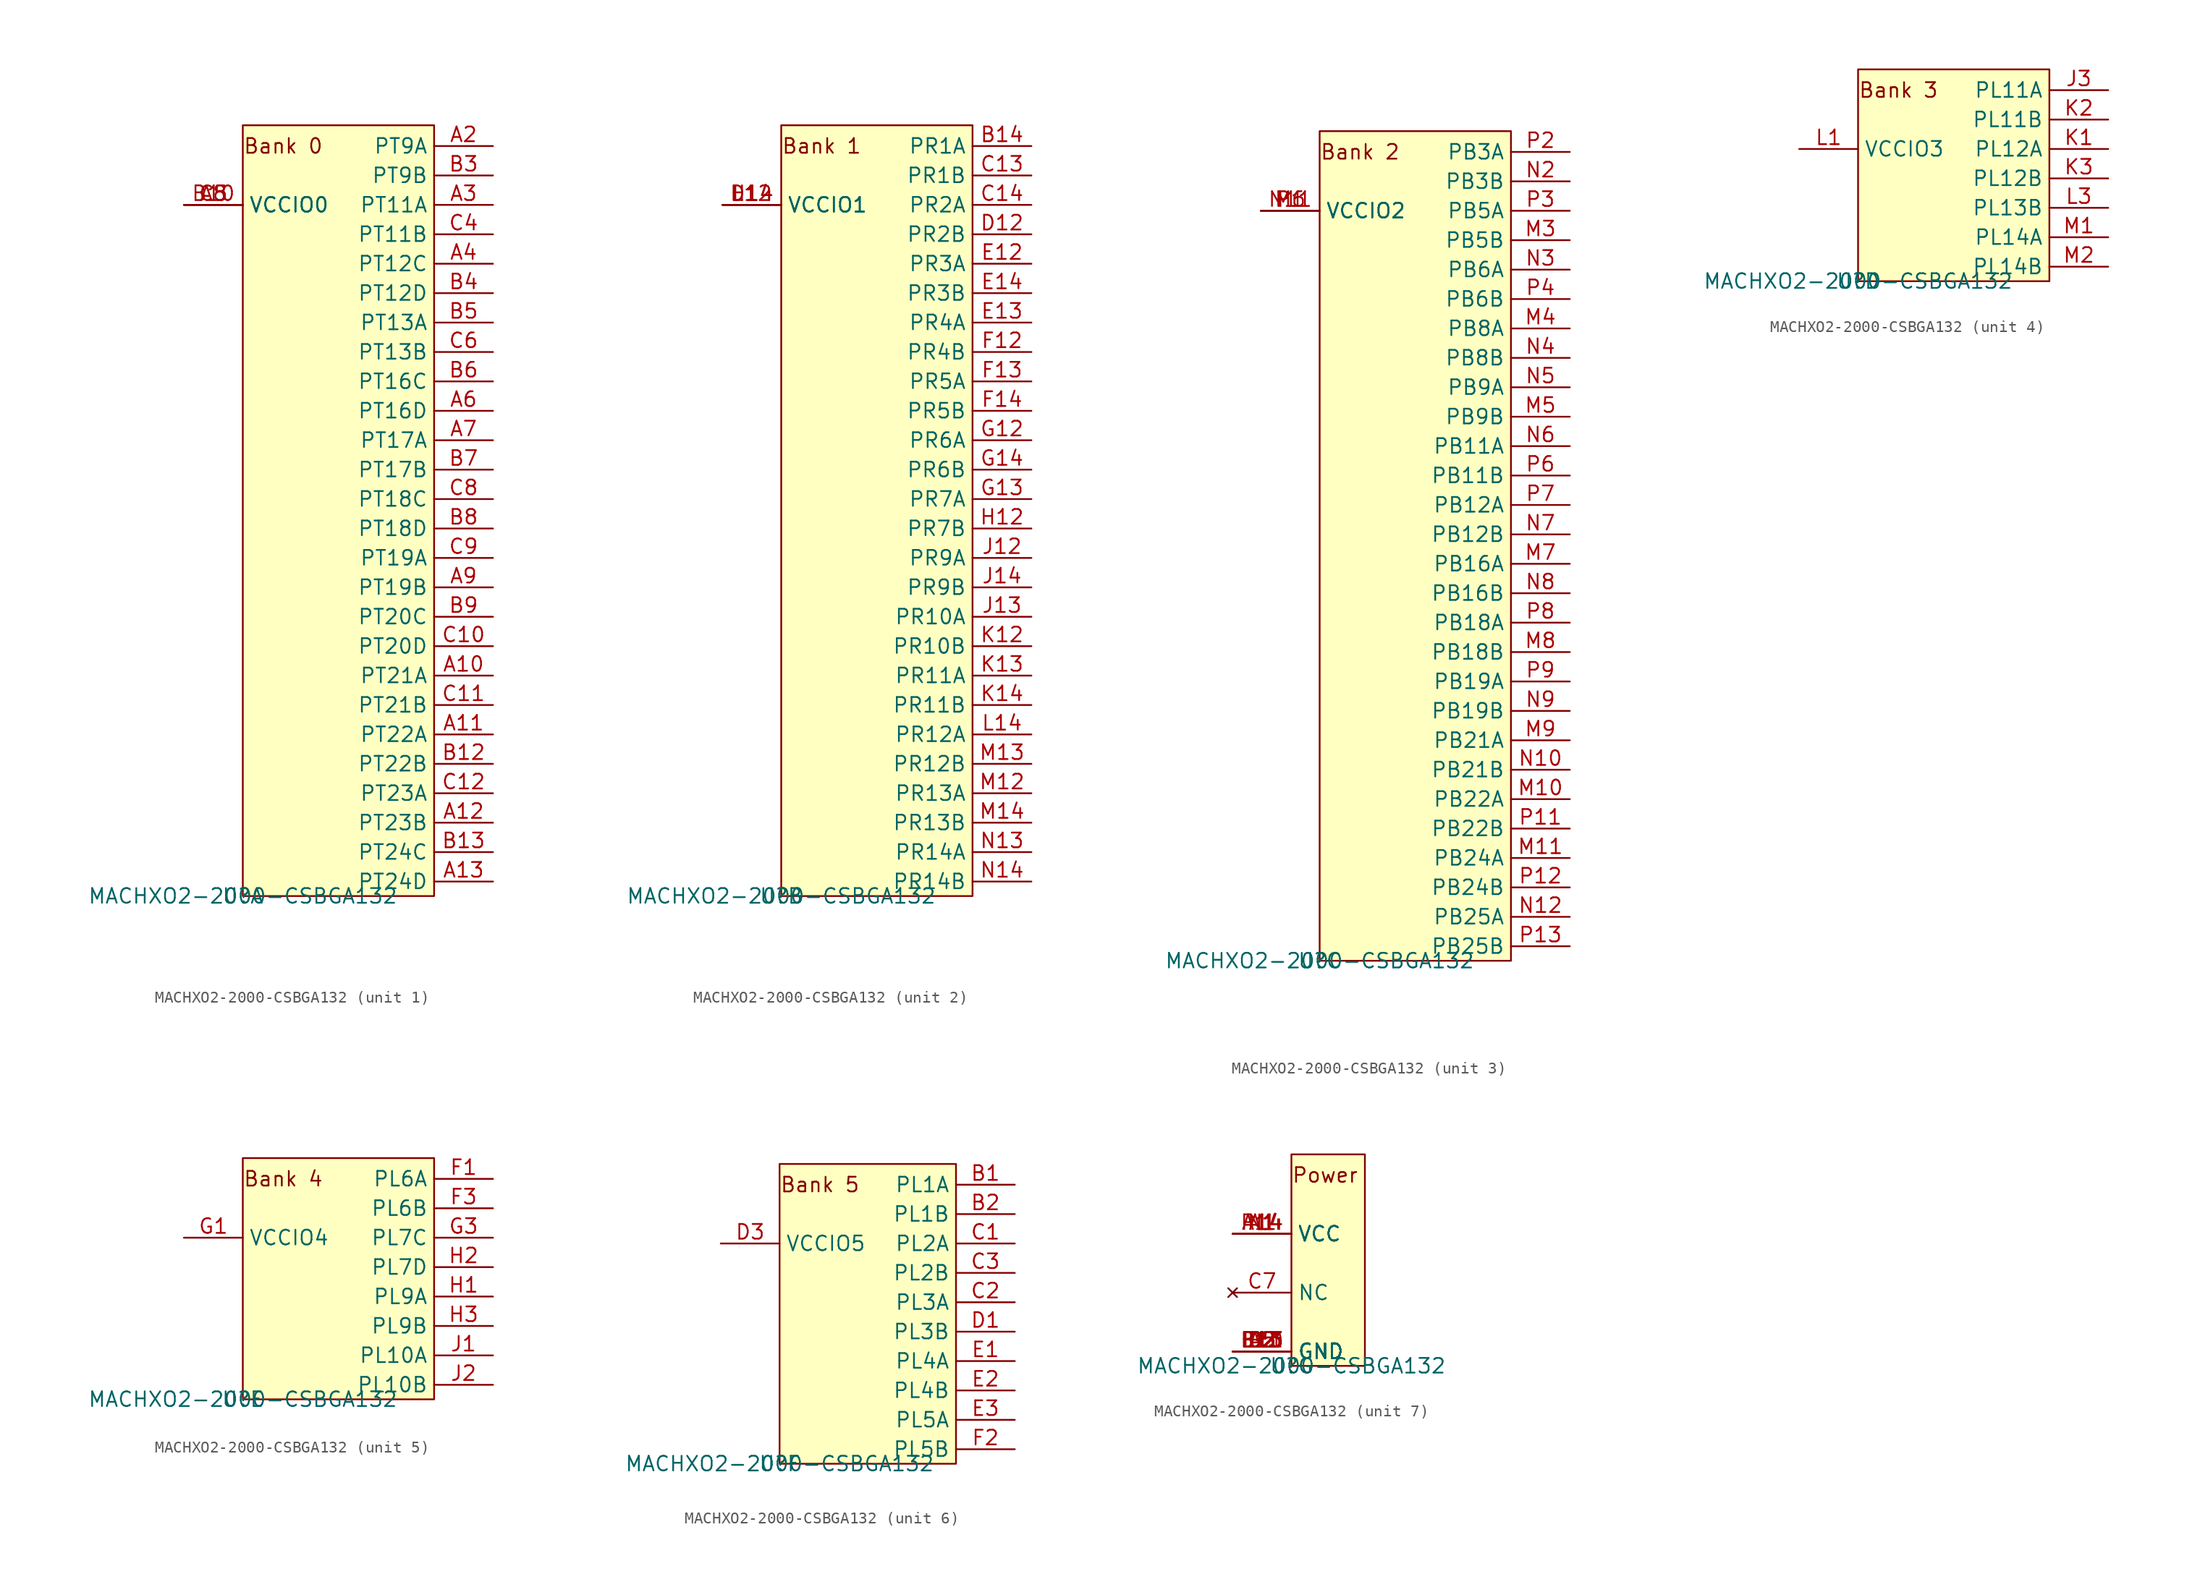
<source format=kicad_sym>
(kicad_symbol_lib
  (version 20211014)
  (generator kicad_symbol_editor)
  (symbol "MACHXO2-2000-CSBGA132"
    (property "Reference" "U"
      (at 0 0 0)
      (effects (font (size 1.27 1.27))))
    (property "Value" "MACHXO2-2000-CSBGA132"
      (at 0 0 0)
      (effects (font (size 1.27 1.27))))
    (property "ki_locked" ""
      (at 0 0 0)
      (effects (font (size 1.27 1.27))))
    (symbol "MACHXO2-2000-CSBGA132_1_0"
      (pin power_in line (at -5.08 59.674 0) (length 5.08) (name "VCCIO0" (effects (font (size 1.27 1.27)))) (number "B10" (effects (font (size 1.27 1.27)))))
      (pin power_in line (at -5.08 59.674 0) (length 5.08) (name "VCCIO0" (effects (font (size 1.27 1.27)))) (number "A8" (effects (font (size 1.27 1.27)))))
      (pin power_in line (at -5.08 59.674 0) (length 5.08) (name "VCCIO0" (effects (font (size 1.27 1.27)))) (number "C5" (effects (font (size 1.27 1.27)))))
      (pin bidirectional line (at 21.59 64.754 180) (length 5.08) (name "PT9A" (effects (font (size 1.27 1.27)))) (number "A2" (effects (font (size 1.27 1.27)))))
      (pin bidirectional line (at 21.59 62.214 180) (length 5.08) (name "PT9B" (effects (font (size 1.27 1.27)))) (number "B3" (effects (font (size 1.27 1.27)))))
      (pin bidirectional line (at 21.59 59.674 180) (length 5.08) (name "PT11A" (effects (font (size 1.27 1.27)))) (number "A3" (effects (font (size 1.27 1.27)))))
      (pin bidirectional line (at 21.59 57.134 180) (length 5.08) (name "PT11B" (effects (font (size 1.27 1.27)))) (number "C4" (effects (font (size 1.27 1.27)))))
      (pin bidirectional line (at 21.59 54.594 180) (length 5.08) (name "PT12C" (effects (font (size 1.27 1.27)))) (number "A4" (effects (font (size 1.27 1.27)))))
      (pin bidirectional line (at 21.59 52.054 180) (length 5.08) (name "PT12D" (effects (font (size 1.27 1.27)))) (number "B4" (effects (font (size 1.27 1.27)))))
      (pin bidirectional line (at 21.59 49.514 180) (length 5.08) (name "PT13A" (effects (font (size 1.27 1.27)))) (number "B5" (effects (font (size 1.27 1.27)))))
      (pin bidirectional line (at 21.59 46.974 180) (length 5.08) (name "PT13B" (effects (font (size 1.27 1.27)))) (number "C6" (effects (font (size 1.27 1.27)))))
      (pin bidirectional line (at 21.59 44.434 180) (length 5.08) (name "PT16C" (effects (font (size 1.27 1.27)))) (number "B6" (effects (font (size 1.27 1.27)))))
      (pin bidirectional line (at 21.59 41.894 180) (length 5.08) (name "PT16D" (effects (font (size 1.27 1.27)))) (number "A6" (effects (font (size 1.27 1.27)))))
      (pin bidirectional line (at 21.59 39.354 180) (length 5.08) (name "PT17A" (effects (font (size 1.27 1.27)))) (number "A7" (effects (font (size 1.27 1.27)))))
      (pin bidirectional line (at 21.59 36.814 180) (length 5.08) (name "PT17B" (effects (font (size 1.27 1.27)))) (number "B7" (effects (font (size 1.27 1.27)))))
      (pin bidirectional line (at 21.59 34.274 180) (length 5.08) (name "PT18C" (effects (font (size 1.27 1.27)))) (number "C8" (effects (font (size 1.27 1.27)))))
      (pin bidirectional line (at 21.59 31.734 180) (length 5.08) (name "PT18D" (effects (font (size 1.27 1.27)))) (number "B8" (effects (font (size 1.27 1.27)))))
      (pin bidirectional line (at 21.59 29.194 180) (length 5.08) (name "PT19A" (effects (font (size 1.27 1.27)))) (number "C9" (effects (font (size 1.27 1.27)))))
      (pin bidirectional line (at 21.59 26.654 180) (length 5.08) (name "PT19B" (effects (font (size 1.27 1.27)))) (number "A9" (effects (font (size 1.27 1.27)))))
      (pin bidirectional line (at 21.59 24.114 180) (length 5.08) (name "PT20C" (effects (font (size 1.27 1.27)))) (number "B9" (effects (font (size 1.27 1.27)))))
      (pin bidirectional line (at 21.59 21.574 180) (length 5.08) (name "PT20D" (effects (font (size 1.27 1.27)))) (number "C10" (effects (font (size 1.27 1.27)))))
      (pin bidirectional line (at 21.59 19.034 180) (length 5.08) (name "PT21A" (effects (font (size 1.27 1.27)))) (number "A10" (effects (font (size 1.27 1.27)))))
      (pin bidirectional line (at 21.59 16.494 180) (length 5.08) (name "PT21B" (effects (font (size 1.27 1.27)))) (number "C11" (effects (font (size 1.27 1.27)))))
      (pin bidirectional line (at 21.59 13.954 180) (length 5.08) (name "PT22A" (effects (font (size 1.27 1.27)))) (number "A11" (effects (font (size 1.27 1.27)))))
      (pin bidirectional line (at 21.59 11.414 180) (length 5.08) (name "PT22B" (effects (font (size 1.27 1.27)))) (number "B12" (effects (font (size 1.27 1.27)))))
      (pin bidirectional line (at 21.59 8.874 180) (length 5.08) (name "PT23A" (effects (font (size 1.27 1.27)))) (number "C12" (effects (font (size 1.27 1.27)))))
      (pin bidirectional line (at 21.59 6.334 180) (length 5.08) (name "PT23B" (effects (font (size 1.27 1.27)))) (number "A12" (effects (font (size 1.27 1.27)))))
      (pin bidirectional line (at 21.59 3.794 180) (length 5.08) (name "PT24C" (effects (font (size 1.27 1.27)))) (number "B13" (effects (font (size 1.27 1.27)))))
      (pin bidirectional line (at 21.59 1.254 180) (length 5.08) (name "PT24D" (effects (font (size 1.27 1.27)))) (number "A13" (effects (font (size 1.27 1.27))))))
    (symbol "MACHXO2-2000-CSBGA132_1_1"
      (rectangle (start 0 0) (end 16.51 66.548) (stroke (width 0) (type default) (color 0 0 0 0)) (fill (type background)))
      (text "Bank 0" (at 0 64.754 0) (effects (font (size 1.27 1.27)) (justify left))))
    (symbol "MACHXO2-2000-CSBGA132_2_0"
      (pin power_in line (at -5.08 59.674 0) (length 5.08) (name "VCCIO1" (effects (font (size 1.27 1.27)))) (number "L12" (effects (font (size 1.27 1.27)))))
      (pin power_in line (at -5.08 59.674 0) (length 5.08) (name "VCCIO1" (effects (font (size 1.27 1.27)))) (number "H14" (effects (font (size 1.27 1.27)))))
      (pin power_in line (at -5.08 59.674 0) (length 5.08) (name "VCCIO1" (effects (font (size 1.27 1.27)))) (number "D14" (effects (font (size 1.27 1.27)))))
      (pin bidirectional line (at 21.59 64.754 180) (length 5.08) (name "PR1A" (effects (font (size 1.27 1.27)))) (number "B14" (effects (font (size 1.27 1.27)))))
      (pin bidirectional line (at 21.59 62.214 180) (length 5.08) (name "PR1B" (effects (font (size 1.27 1.27)))) (number "C13" (effects (font (size 1.27 1.27)))))
      (pin bidirectional line (at 21.59 59.674 180) (length 5.08) (name "PR2A" (effects (font (size 1.27 1.27)))) (number "C14" (effects (font (size 1.27 1.27)))))
      (pin bidirectional line (at 21.59 57.134 180) (length 5.08) (name "PR2B" (effects (font (size 1.27 1.27)))) (number "D12" (effects (font (size 1.27 1.27)))))
      (pin bidirectional line (at 21.59 54.594 180) (length 5.08) (name "PR3A" (effects (font (size 1.27 1.27)))) (number "E12" (effects (font (size 1.27 1.27)))))
      (pin bidirectional line (at 21.59 52.054 180) (length 5.08) (name "PR3B" (effects (font (size 1.27 1.27)))) (number "E14" (effects (font (size 1.27 1.27)))))
      (pin bidirectional line (at 21.59 49.514 180) (length 5.08) (name "PR4A" (effects (font (size 1.27 1.27)))) (number "E13" (effects (font (size 1.27 1.27)))))
      (pin bidirectional line (at 21.59 46.974 180) (length 5.08) (name "PR4B" (effects (font (size 1.27 1.27)))) (number "F12" (effects (font (size 1.27 1.27)))))
      (pin bidirectional line (at 21.59 44.434 180) (length 5.08) (name "PR5A" (effects (font (size 1.27 1.27)))) (number "F13" (effects (font (size 1.27 1.27)))))
      (pin bidirectional line (at 21.59 41.894 180) (length 5.08) (name "PR5B" (effects (font (size 1.27 1.27)))) (number "F14" (effects (font (size 1.27 1.27)))))
      (pin bidirectional line (at 21.59 39.354 180) (length 5.08) (name "PR6A" (effects (font (size 1.27 1.27)))) (number "G12" (effects (font (size 1.27 1.27)))))
      (pin bidirectional line (at 21.59 36.814 180) (length 5.08) (name "PR6B" (effects (font (size 1.27 1.27)))) (number "G14" (effects (font (size 1.27 1.27)))))
      (pin bidirectional line (at 21.59 34.274 180) (length 5.08) (name "PR7A" (effects (font (size 1.27 1.27)))) (number "G13" (effects (font (size 1.27 1.27)))))
      (pin bidirectional line (at 21.59 31.734 180) (length 5.08) (name "PR7B" (effects (font (size 1.27 1.27)))) (number "H12" (effects (font (size 1.27 1.27)))))
      (pin bidirectional line (at 21.59 29.194 180) (length 5.08) (name "PR9A" (effects (font (size 1.27 1.27)))) (number "J12" (effects (font (size 1.27 1.27)))))
      (pin bidirectional line (at 21.59 26.654 180) (length 5.08) (name "PR9B" (effects (font (size 1.27 1.27)))) (number "J14" (effects (font (size 1.27 1.27)))))
      (pin bidirectional line (at 21.59 24.114 180) (length 5.08) (name "PR10A" (effects (font (size 1.27 1.27)))) (number "J13" (effects (font (size 1.27 1.27)))))
      (pin bidirectional line (at 21.59 21.574 180) (length 5.08) (name "PR10B" (effects (font (size 1.27 1.27)))) (number "K12" (effects (font (size 1.27 1.27)))))
      (pin bidirectional line (at 21.59 19.034 180) (length 5.08) (name "PR11A" (effects (font (size 1.27 1.27)))) (number "K13" (effects (font (size 1.27 1.27)))))
      (pin bidirectional line (at 21.59 16.494 180) (length 5.08) (name "PR11B" (effects (font (size 1.27 1.27)))) (number "K14" (effects (font (size 1.27 1.27)))))
      (pin bidirectional line (at 21.59 13.954 180) (length 5.08) (name "PR12A" (effects (font (size 1.27 1.27)))) (number "L14" (effects (font (size 1.27 1.27)))))
      (pin bidirectional line (at 21.59 11.414 180) (length 5.08) (name "PR12B" (effects (font (size 1.27 1.27)))) (number "M13" (effects (font (size 1.27 1.27)))))
      (pin bidirectional line (at 21.59 8.874 180) (length 5.08) (name "PR13A" (effects (font (size 1.27 1.27)))) (number "M12" (effects (font (size 1.27 1.27)))))
      (pin bidirectional line (at 21.59 6.334 180) (length 5.08) (name "PR13B" (effects (font (size 1.27 1.27)))) (number "M14" (effects (font (size 1.27 1.27)))))
      (pin bidirectional line (at 21.59 3.794 180) (length 5.08) (name "PR14A" (effects (font (size 1.27 1.27)))) (number "N13" (effects (font (size 1.27 1.27)))))
      (pin bidirectional line (at 21.59 1.254 180) (length 5.08) (name "PR14B" (effects (font (size 1.27 1.27)))) (number "N14" (effects (font (size 1.27 1.27))))))
    (symbol "MACHXO2-2000-CSBGA132_2_1"
      (rectangle (start 0 0) (end 16.51 66.548) (stroke (width 0) (type default) (color 0 0 0 0)) (fill (type background)))
      (text "Bank 1" (at 0 64.754 0) (effects (font (size 1.27 1.27)) (justify left))))
    (symbol "MACHXO2-2000-CSBGA132_3_0"
      (pin power_in line (at -5.08 64.754 0) (length 5.08) (name "VCCIO2" (effects (font (size 1.27 1.27)))) (number "P1" (effects (font (size 1.27 1.27)))))
      (pin power_in line (at -5.08 64.754 0) (length 5.08) (name "VCCIO2" (effects (font (size 1.27 1.27)))) (number "M6" (effects (font (size 1.27 1.27)))))
      (pin power_in line (at -5.08 64.754 0) (length 5.08) (name "VCCIO2" (effects (font (size 1.27 1.27)))) (number "N11" (effects (font (size 1.27 1.27)))))
      (pin bidirectional line (at 21.59 69.834 180) (length 5.08) (name "PB3A" (effects (font (size 1.27 1.27)))) (number "P2" (effects (font (size 1.27 1.27)))))
      (pin bidirectional line (at 21.59 67.294 180) (length 5.08) (name "PB3B" (effects (font (size 1.27 1.27)))) (number "N2" (effects (font (size 1.27 1.27)))))
      (pin bidirectional line (at 21.59 64.754 180) (length 5.08) (name "PB5A" (effects (font (size 1.27 1.27)))) (number "P3" (effects (font (size 1.27 1.27)))))
      (pin bidirectional line (at 21.59 62.214 180) (length 5.08) (name "PB5B" (effects (font (size 1.27 1.27)))) (number "M3" (effects (font (size 1.27 1.27)))))
      (pin bidirectional line (at 21.59 59.674 180) (length 5.08) (name "PB6A" (effects (font (size 1.27 1.27)))) (number "N3" (effects (font (size 1.27 1.27)))))
      (pin bidirectional line (at 21.59 57.134 180) (length 5.08) (name "PB6B" (effects (font (size 1.27 1.27)))) (number "P4" (effects (font (size 1.27 1.27)))))
      (pin bidirectional line (at 21.59 54.594 180) (length 5.08) (name "PB8A" (effects (font (size 1.27 1.27)))) (number "M4" (effects (font (size 1.27 1.27)))))
      (pin bidirectional line (at 21.59 52.054 180) (length 5.08) (name "PB8B" (effects (font (size 1.27 1.27)))) (number "N4" (effects (font (size 1.27 1.27)))))
      (pin bidirectional line (at 21.59 49.514 180) (length 5.08) (name "PB9A" (effects (font (size 1.27 1.27)))) (number "N5" (effects (font (size 1.27 1.27)))))
      (pin bidirectional line (at 21.59 46.974 180) (length 5.08) (name "PB9B" (effects (font (size 1.27 1.27)))) (number "M5" (effects (font (size 1.27 1.27)))))
      (pin bidirectional line (at 21.59 44.434 180) (length 5.08) (name "PB11A" (effects (font (size 1.27 1.27)))) (number "N6" (effects (font (size 1.27 1.27)))))
      (pin bidirectional line (at 21.59 41.894 180) (length 5.08) (name "PB11B" (effects (font (size 1.27 1.27)))) (number "P6" (effects (font (size 1.27 1.27)))))
      (pin bidirectional line (at 21.59 39.354 180) (length 5.08) (name "PB12A" (effects (font (size 1.27 1.27)))) (number "P7" (effects (font (size 1.27 1.27)))))
      (pin bidirectional line (at 21.59 36.814 180) (length 5.08) (name "PB12B" (effects (font (size 1.27 1.27)))) (number "N7" (effects (font (size 1.27 1.27)))))
      (pin bidirectional line (at 21.59 34.274 180) (length 5.08) (name "PB16A" (effects (font (size 1.27 1.27)))) (number "M7" (effects (font (size 1.27 1.27)))))
      (pin bidirectional line (at 21.59 31.734 180) (length 5.08) (name "PB16B" (effects (font (size 1.27 1.27)))) (number "N8" (effects (font (size 1.27 1.27)))))
      (pin bidirectional line (at 21.59 29.194 180) (length 5.08) (name "PB18A" (effects (font (size 1.27 1.27)))) (number "P8" (effects (font (size 1.27 1.27)))))
      (pin bidirectional line (at 21.59 26.654 180) (length 5.08) (name "PB18B" (effects (font (size 1.27 1.27)))) (number "M8" (effects (font (size 1.27 1.27)))))
      (pin bidirectional line (at 21.59 24.114 180) (length 5.08) (name "PB19A" (effects (font (size 1.27 1.27)))) (number "P9" (effects (font (size 1.27 1.27)))))
      (pin bidirectional line (at 21.59 21.574 180) (length 5.08) (name "PB19B" (effects (font (size 1.27 1.27)))) (number "N9" (effects (font (size 1.27 1.27)))))
      (pin bidirectional line (at 21.59 19.034 180) (length 5.08) (name "PB21A" (effects (font (size 1.27 1.27)))) (number "M9" (effects (font (size 1.27 1.27)))))
      (pin bidirectional line (at 21.59 16.494 180) (length 5.08) (name "PB21B" (effects (font (size 1.27 1.27)))) (number "N10" (effects (font (size 1.27 1.27)))))
      (pin bidirectional line (at 21.59 13.954 180) (length 5.08) (name "PB22A" (effects (font (size 1.27 1.27)))) (number "M10" (effects (font (size 1.27 1.27)))))
      (pin bidirectional line (at 21.59 11.414 180) (length 5.08) (name "PB22B" (effects (font (size 1.27 1.27)))) (number "P11" (effects (font (size 1.27 1.27)))))
      (pin bidirectional line (at 21.59 8.874 180) (length 5.08) (name "PB24A" (effects (font (size 1.27 1.27)))) (number "M11" (effects (font (size 1.27 1.27)))))
      (pin bidirectional line (at 21.59 6.334 180) (length 5.08) (name "PB24B" (effects (font (size 1.27 1.27)))) (number "P12" (effects (font (size 1.27 1.27)))))
      (pin bidirectional line (at 21.59 3.794 180) (length 5.08) (name "PB25A" (effects (font (size 1.27 1.27)))) (number "N12" (effects (font (size 1.27 1.27)))))
      (pin bidirectional line (at 21.59 1.254 180) (length 5.08) (name "PB25B" (effects (font (size 1.27 1.27)))) (number "P13" (effects (font (size 1.27 1.27))))))
    (symbol "MACHXO2-2000-CSBGA132_3_1"
      (rectangle (start 0 0) (end 16.51 71.628) (stroke (width 0) (type default) (color 0 0 0 0)) (fill (type background)))
      (text "Bank 2" (at 0 69.834 0) (effects (font (size 1.27 1.27)) (justify left))))
    (symbol "MACHXO2-2000-CSBGA132_4_0"
      (pin power_in line (at -5.08 11.414 0) (length 5.08) (name "VCCIO3" (effects (font (size 1.27 1.27)))) (number "L1" (effects (font (size 1.27 1.27)))))
      (pin bidirectional line (at 21.59 16.494 180) (length 5.08) (name "PL11A" (effects (font (size 1.27 1.27)))) (number "J3" (effects (font (size 1.27 1.27)))))
      (pin bidirectional line (at 21.59 13.954 180) (length 5.08) (name "PL11B" (effects (font (size 1.27 1.27)))) (number "K2" (effects (font (size 1.27 1.27)))))
      (pin bidirectional line (at 21.59 11.414 180) (length 5.08) (name "PL12A" (effects (font (size 1.27 1.27)))) (number "K1" (effects (font (size 1.27 1.27)))))
      (pin bidirectional line (at 21.59 8.874 180) (length 5.08) (name "PL12B" (effects (font (size 1.27 1.27)))) (number "K3" (effects (font (size 1.27 1.27)))))
      (pin bidirectional line (at 21.59 6.334 180) (length 5.08) (name "PL13B" (effects (font (size 1.27 1.27)))) (number "L3" (effects (font (size 1.27 1.27)))))
      (pin bidirectional line (at 21.59 3.794 180) (length 5.08) (name "PL14A" (effects (font (size 1.27 1.27)))) (number "M1" (effects (font (size 1.27 1.27)))))
      (pin bidirectional line (at 21.59 1.254 180) (length 5.08) (name "PL14B" (effects (font (size 1.27 1.27)))) (number "M2" (effects (font (size 1.27 1.27))))))
    (symbol "MACHXO2-2000-CSBGA132_4_1"
      (rectangle (start 0 0) (end 16.51 18.288) (stroke (width 0) (type default) (color 0 0 0 0)) (fill (type background)))
      (text "Bank 3" (at 0 16.494 0) (effects (font (size 1.27 1.27)) (justify left))))
    (symbol "MACHXO2-2000-CSBGA132_5_0"
      (pin power_in line (at -5.08 13.954 0) (length 5.08) (name "VCCIO4" (effects (font (size 1.27 1.27)))) (number "G1" (effects (font (size 1.27 1.27)))))
      (pin bidirectional line (at 21.59 19.034 180) (length 5.08) (name "PL6A" (effects (font (size 1.27 1.27)))) (number "F1" (effects (font (size 1.27 1.27)))))
      (pin bidirectional line (at 21.59 16.494 180) (length 5.08) (name "PL6B" (effects (font (size 1.27 1.27)))) (number "F3" (effects (font (size 1.27 1.27)))))
      (pin bidirectional line (at 21.59 13.954 180) (length 5.08) (name "PL7C" (effects (font (size 1.27 1.27)))) (number "G3" (effects (font (size 1.27 1.27)))))
      (pin bidirectional line (at 21.59 11.414 180) (length 5.08) (name "PL7D" (effects (font (size 1.27 1.27)))) (number "H2" (effects (font (size 1.27 1.27)))))
      (pin bidirectional line (at 21.59 8.874 180) (length 5.08) (name "PL9A" (effects (font (size 1.27 1.27)))) (number "H1" (effects (font (size 1.27 1.27)))))
      (pin bidirectional line (at 21.59 6.334 180) (length 5.08) (name "PL9B" (effects (font (size 1.27 1.27)))) (number "H3" (effects (font (size 1.27 1.27)))))
      (pin bidirectional line (at 21.59 3.794 180) (length 5.08) (name "PL10A" (effects (font (size 1.27 1.27)))) (number "J1" (effects (font (size 1.27 1.27)))))
      (pin bidirectional line (at 21.59 1.254 180) (length 5.08) (name "PL10B" (effects (font (size 1.27 1.27)))) (number "J2" (effects (font (size 1.27 1.27))))))
    (symbol "MACHXO2-2000-CSBGA132_5_1"
      (rectangle (start 0 0) (end 16.51 20.828) (stroke (width 0) (type default) (color 0 0 0 0)) (fill (type background)))
      (text "Bank 4" (at 0 19.034 0) (effects (font (size 1.27 1.27)) (justify left))))
    (symbol "MACHXO2-2000-CSBGA132_6_0"
      (pin power_in line (at -5.08 19.034 0) (length 5.08) (name "VCCIO5" (effects (font (size 1.27 1.27)))) (number "D3" (effects (font (size 1.27 1.27)))))
      (pin bidirectional line (at 20.32 24.114 180) (length 5.08) (name "PL1A" (effects (font (size 1.27 1.27)))) (number "B1" (effects (font (size 1.27 1.27)))))
      (pin bidirectional line (at 20.32 21.574 180) (length 5.08) (name "PL1B" (effects (font (size 1.27 1.27)))) (number "B2" (effects (font (size 1.27 1.27)))))
      (pin bidirectional line (at 20.32 19.034 180) (length 5.08) (name "PL2A" (effects (font (size 1.27 1.27)))) (number "C1" (effects (font (size 1.27 1.27)))))
      (pin bidirectional line (at 20.32 16.494 180) (length 5.08) (name "PL2B" (effects (font (size 1.27 1.27)))) (number "C3" (effects (font (size 1.27 1.27)))))
      (pin bidirectional line (at 20.32 13.954 180) (length 5.08) (name "PL3A" (effects (font (size 1.27 1.27)))) (number "C2" (effects (font (size 1.27 1.27)))))
      (pin bidirectional line (at 20.32 11.414 180) (length 5.08) (name "PL3B" (effects (font (size 1.27 1.27)))) (number "D1" (effects (font (size 1.27 1.27)))))
      (pin bidirectional line (at 20.32 8.874 180) (length 5.08) (name "PL4A" (effects (font (size 1.27 1.27)))) (number "E1" (effects (font (size 1.27 1.27)))))
      (pin bidirectional line (at 20.32 6.334 180) (length 5.08) (name "PL4B" (effects (font (size 1.27 1.27)))) (number "E2" (effects (font (size 1.27 1.27)))))
      (pin bidirectional line (at 20.32 3.794 180) (length 5.08) (name "PL5A" (effects (font (size 1.27 1.27)))) (number "E3" (effects (font (size 1.27 1.27)))))
      (pin bidirectional line (at 20.32 1.254 180) (length 5.08) (name "PL5B" (effects (font (size 1.27 1.27)))) (number "F2" (effects (font (size 1.27 1.27))))))
    (symbol "MACHXO2-2000-CSBGA132_6_1"
      (rectangle (start 0 0) (end 15.24 25.908) (stroke (width 0) (type default) (color 0 0 0 0)) (fill (type background)))
      (text "Bank 5" (at 0 24.114 0) (effects (font (size 1.27 1.27)) (justify left))))
    (symbol "MACHXO2-2000-CSBGA132_7_0"
      (pin power_in line (at -5.08 11.414 0) (length 5.08) (name "VCC" (effects (font (size 1.27 1.27)))) (number "N1" (effects (font (size 1.27 1.27)))))
      (pin power_in line (at -5.08 11.414 0) (length 5.08) (name "VCC" (effects (font (size 1.27 1.27)))) (number "P14" (effects (font (size 1.27 1.27)))))
      (pin power_in line (at -5.08 11.414 0) (length 5.08) (name "VCC" (effects (font (size 1.27 1.27)))) (number "A14" (effects (font (size 1.27 1.27)))))
      (pin power_in line (at -5.08 11.414 0) (length 5.08) (name "VCC" (effects (font (size 1.27 1.27)))) (number "A1" (effects (font (size 1.27 1.27)))))
      (pin no_connect line (at -5.08 6.334 0) (length 5.08) (name "NC" (effects (font (size 1.27 1.27)))) (number "C7" (effects (font (size 1.27 1.27)))))
      (pin power_in line (at -5.08 1.254 0) (length 5.08) (name "GND" (effects (font (size 1.27 1.27)))) (number "D2" (effects (font (size 1.27 1.27)))))
      (pin power_in line (at -5.08 1.254 0) (length 5.08) (name "GND" (effects (font (size 1.27 1.27)))) (number "G2" (effects (font (size 1.27 1.27)))))
      (pin power_in line (at -5.08 1.254 0) (length 5.08) (name "GND" (effects (font (size 1.27 1.27)))) (number "L2" (effects (font (size 1.27 1.27)))))
      (pin power_in line (at -5.08 1.254 0) (length 5.08) (name "GND" (effects (font (size 1.27 1.27)))) (number "P5" (effects (font (size 1.27 1.27)))))
      (pin power_in line (at -5.08 1.254 0) (length 5.08) (name "GND" (effects (font (size 1.27 1.27)))) (number "P10" (effects (font (size 1.27 1.27)))))
      (pin power_in line (at -5.08 1.254 0) (length 5.08) (name "GND" (effects (font (size 1.27 1.27)))) (number "L13" (effects (font (size 1.27 1.27)))))
      (pin power_in line (at -5.08 1.254 0) (length 5.08) (name "GND" (effects (font (size 1.27 1.27)))) (number "H13" (effects (font (size 1.27 1.27)))))
      (pin power_in line (at -5.08 1.254 0) (length 5.08) (name "GND" (effects (font (size 1.27 1.27)))) (number "D13" (effects (font (size 1.27 1.27)))))
      (pin power_in line (at -5.08 1.254 0) (length 5.08) (name "GND" (effects (font (size 1.27 1.27)))) (number "B11" (effects (font (size 1.27 1.27)))))
      (pin power_in line (at -5.08 1.254 0) (length 5.08) (name "GND" (effects (font (size 1.27 1.27)))) (number "A5" (effects (font (size 1.27 1.27))))))
    (symbol "MACHXO2-2000-CSBGA132_7_1"
      (rectangle (start 0 0) (end 6.35 18.288) (stroke (width 0) (type default) (color 0 0 0 0)) (fill (type background)))
      (text "Power" (at 0 16.494 0) (effects (font (size 1.27 1.27)) (justify left))))))
</source>
